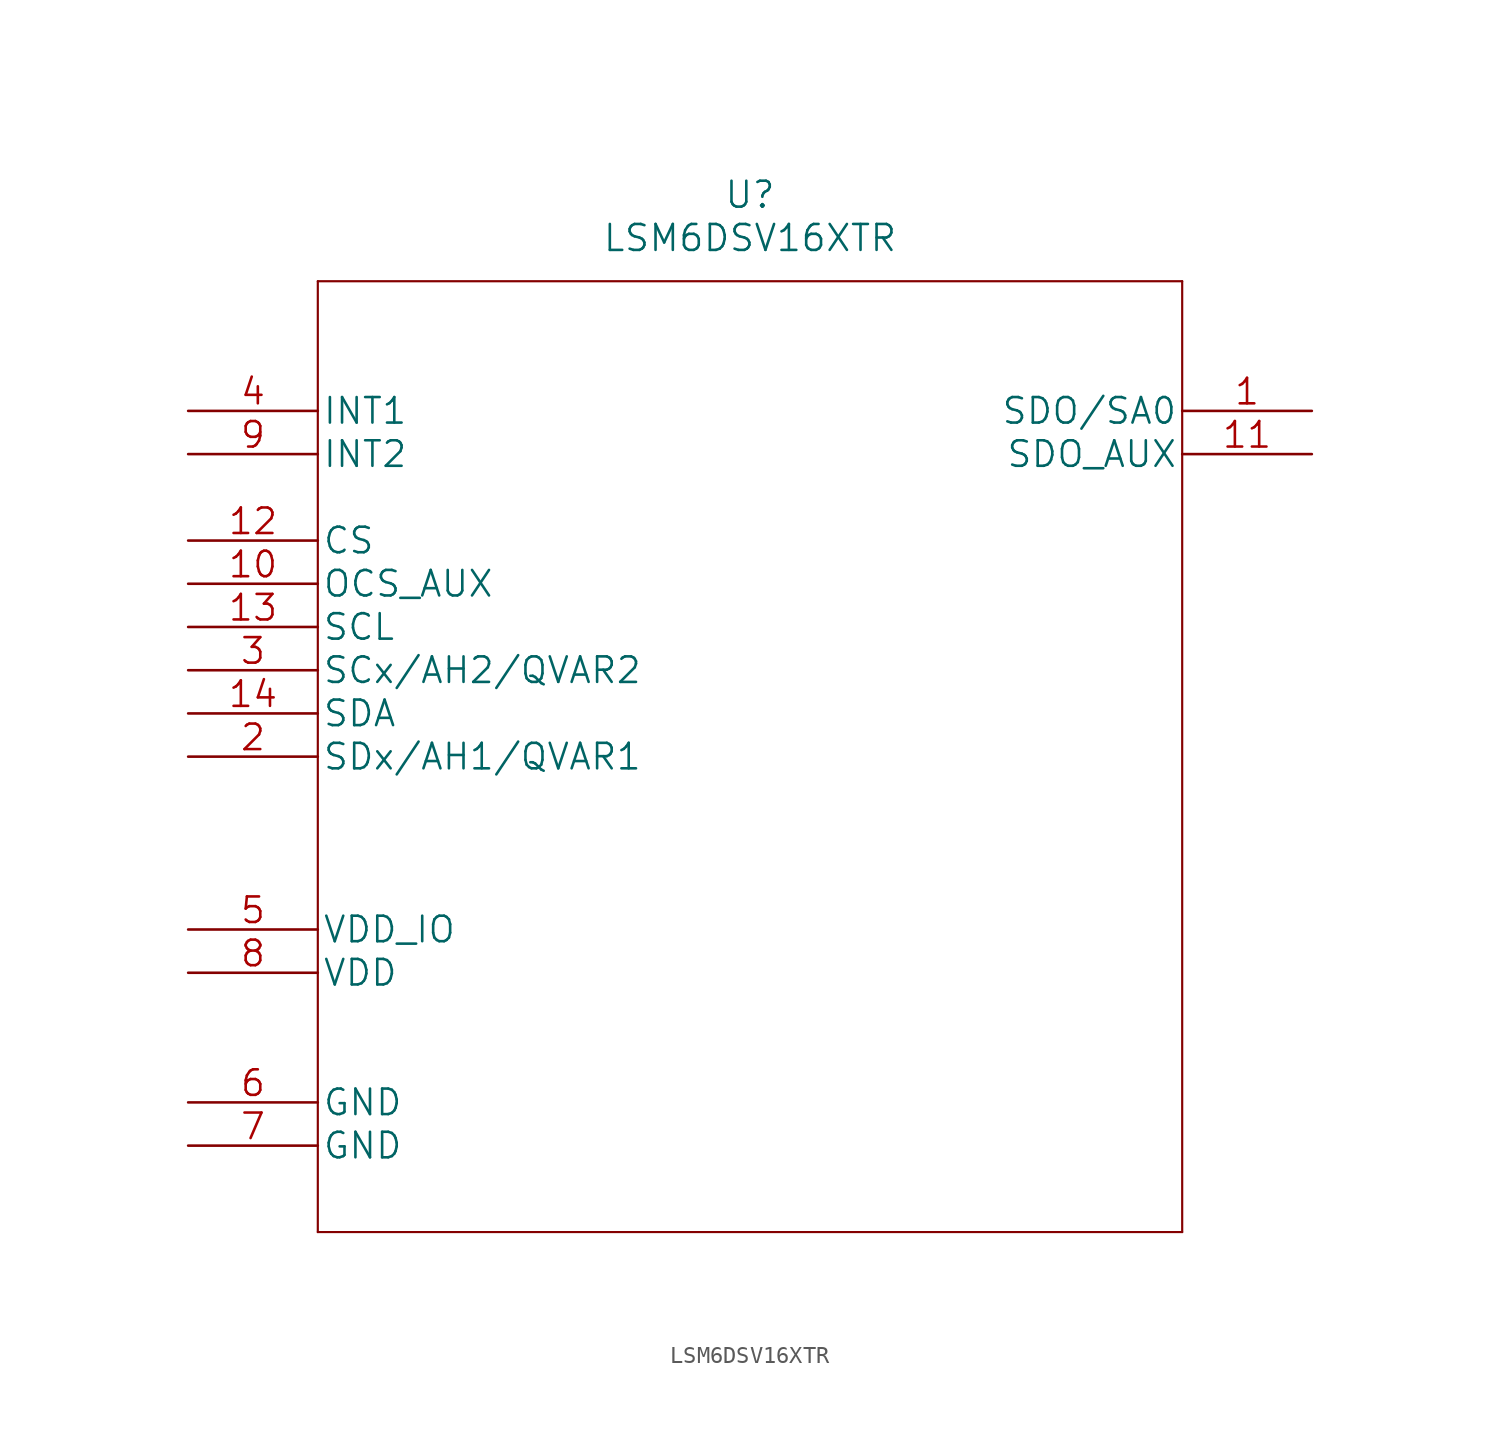
<source format=kicad_sym>
(kicad_symbol_lib
  (version 20211014)
  (generator kicad_symbol_editor)
  (symbol "LSM6DSV16XTR"
    (pin_names
      (offset 0.254))
    (property "Reference" "U"
      (at 33.02 12.7 0)
      (effects (font (size 1.524 1.524))))
    (property "Value" "LSM6DSV16XTR"
      (at 33.02 10.16 0)
      (effects (font (size 1.524 1.524))))
    (property "Datasheet" ""
      (at 0 0 0)
      (effects (font (size 1.524 1.524))))
    (property "ki_locked" ""
      (at 0 0 0)
      (effects (font (size 1.27 1.27))))
    (symbol "LSM6DSV16XTR_1_1"
      (polyline (pts (xy 7.62 -48.26) (xy 58.42 -48.26)) (stroke (width 0.127) (type default) (color 0 0 0 0)) (fill (type none)))
      (polyline (pts (xy 7.62 7.62) (xy 7.62 -48.26)) (stroke (width 0.127) (type default) (color 0 0 0 0)) (fill (type none)))
      (polyline (pts (xy 58.42 -48.26) (xy 58.42 7.62)) (stroke (width 0.127) (type default) (color 0 0 0 0)) (fill (type none)))
      (polyline (pts (xy 58.42 7.62) (xy 7.62 7.62)) (stroke (width 0.127) (type default) (color 0 0 0 0)) (fill (type none)))
      (pin unspecified line (at 66.04 0 180) (length 7.62) (name "SDO/SA0" (effects (font (size 1.499 1.499)))) (number "1" (effects (font (size 1.499 1.499)))))
      (pin unspecified line (at 0 -10.16 0) (length 7.62) (name "OCS_AUX" (effects (font (size 1.499 1.499)))) (number "10" (effects (font (size 1.499 1.499)))))
      (pin unspecified line (at 66.04 -2.54 180) (length 7.62) (name "SDO_AUX" (effects (font (size 1.499 1.499)))) (number "11" (effects (font (size 1.499 1.499)))))
      (pin unspecified line (at 0 -7.62 0) (length 7.62) (name "CS" (effects (font (size 1.499 1.499)))) (number "12" (effects (font (size 1.499 1.499)))))
      (pin unspecified line (at 0 -12.7 0) (length 7.62) (name "SCL" (effects (font (size 1.499 1.499)))) (number "13" (effects (font (size 1.499 1.499)))))
      (pin unspecified line (at 0 -17.78 0) (length 7.62) (name "SDA" (effects (font (size 1.499 1.499)))) (number "14" (effects (font (size 1.499 1.499)))))
      (pin unspecified line (at 0 -20.32 0) (length 7.62) (name "SDx/AH1/QVAR1" (effects (font (size 1.499 1.499)))) (number "2" (effects (font (size 1.499 1.499)))))
      (pin unspecified line (at 0 -15.24 0) (length 7.62) (name "SCx/AH2/QVAR2" (effects (font (size 1.499 1.499)))) (number "3" (effects (font (size 1.499 1.499)))))
      (pin input line (at 0 0 0) (length 7.62) (name "INT1" (effects (font (size 1.499 1.499)))) (number "4" (effects (font (size 1.499 1.499)))))
      (pin power_in line (at 0 -30.48 0) (length 7.62) (name "VDD_IO" (effects (font (size 1.499 1.499)))) (number "5" (effects (font (size 1.499 1.499)))))
      (pin power_in line (at 0 -40.64 0) (length 7.62) (name "GND" (effects (font (size 1.499 1.499)))) (number "6" (effects (font (size 1.499 1.499)))))
      (pin power_in line (at 0 -43.18 0) (length 7.62) (name "GND" (effects (font (size 1.499 1.499)))) (number "7" (effects (font (size 1.499 1.499)))))
      (pin power_in line (at 0 -33.02 0) (length 7.62) (name "VDD" (effects (font (size 1.499 1.499)))) (number "8" (effects (font (size 1.499 1.499)))))
      (pin input line (at 0 -2.54 0) (length 7.62) (name "INT2" (effects (font (size 1.499 1.499)))) (number "9" (effects (font (size 1.499 1.499))))))))
</source>
